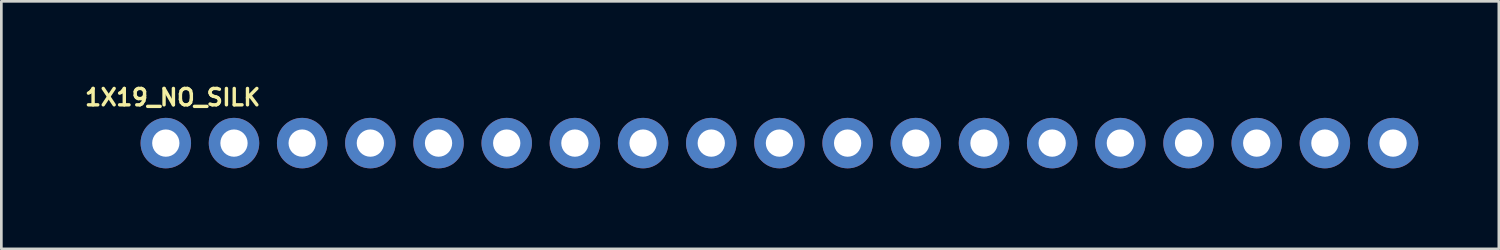
<source format=kicad_pcb>
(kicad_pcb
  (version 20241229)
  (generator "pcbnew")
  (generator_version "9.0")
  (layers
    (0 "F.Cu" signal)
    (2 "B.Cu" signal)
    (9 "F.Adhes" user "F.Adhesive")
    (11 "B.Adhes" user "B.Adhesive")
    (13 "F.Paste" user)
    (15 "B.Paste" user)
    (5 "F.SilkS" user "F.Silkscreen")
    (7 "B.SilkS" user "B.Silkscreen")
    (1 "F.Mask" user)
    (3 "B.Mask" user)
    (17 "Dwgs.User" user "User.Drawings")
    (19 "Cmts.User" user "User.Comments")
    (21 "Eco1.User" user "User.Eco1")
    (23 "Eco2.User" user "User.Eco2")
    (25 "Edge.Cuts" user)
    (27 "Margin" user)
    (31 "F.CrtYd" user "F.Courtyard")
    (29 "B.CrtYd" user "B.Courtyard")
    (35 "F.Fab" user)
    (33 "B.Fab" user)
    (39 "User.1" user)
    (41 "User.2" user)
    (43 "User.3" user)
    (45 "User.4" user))
  (footprint "1X19_NO_SILK"
    (layer "F.Cu")
    (at 3.127 2.281)
    (property "Reference" "1X19_NO_SILK" (at 0.254 -1.702 0) (layer "F.SilkS") (effects (font (size 0.61 0.61) (thickness 0.127))))
    (attr exclude_from_pos_files exclude_from_bom)
    (fp_line (start -0.254 -0.254) (end 0.254 -0.254) (stroke (width 0.066) (type solid)) (layer "Dwgs.User"))
    (fp_line (start -0.254 0.254) (end -0.254 -0.254) (stroke (width 0.066) (type solid)) (layer "Dwgs.User"))
    (fp_line (start -0.254 0.254) (end 0.254 0.254) (stroke (width 0.066) (type solid)) (layer "Dwgs.User"))
    (fp_line (start 0.254 0.254) (end 0.254 -0.254) (stroke (width 0.066) (type solid)) (layer "Dwgs.User"))
    (fp_line (start 2.286 -0.254) (end 2.794 -0.254) (stroke (width 0.066) (type solid)) (layer "Dwgs.User"))
    (fp_line (start 2.286 0.254) (end 2.286 -0.254) (stroke (width 0.066) (type solid)) (layer "Dwgs.User"))
    (fp_line (start 2.286 0.254) (end 2.794 0.254) (stroke (width 0.066) (type solid)) (layer "Dwgs.User"))
    (fp_line (start 2.794 0.254) (end 2.794 -0.254) (stroke (width 0.066) (type solid)) (layer "Dwgs.User"))
    (fp_line (start 4.826 -0.254) (end 5.334 -0.254) (stroke (width 0.066) (type solid)) (layer "Dwgs.User"))
    (fp_line (start 4.826 0.254) (end 4.826 -0.254) (stroke (width 0.066) (type solid)) (layer "Dwgs.User"))
    (fp_line (start 4.826 0.254) (end 5.334 0.254) (stroke (width 0.066) (type solid)) (layer "Dwgs.User"))
    (fp_line (start 5.334 0.254) (end 5.334 -0.254) (stroke (width 0.066) (type solid)) (layer "Dwgs.User"))
    (fp_line (start 7.366 -0.254) (end 7.874 -0.254) (stroke (width 0.066) (type solid)) (layer "Dwgs.User"))
    (fp_line (start 7.366 0.254) (end 7.366 -0.254) (stroke (width 0.066) (type solid)) (layer "Dwgs.User"))
    (fp_line (start 7.366 0.254) (end 7.874 0.254) (stroke (width 0.066) (type solid)) (layer "Dwgs.User"))
    (fp_line (start 7.874 0.254) (end 7.874 -0.254) (stroke (width 0.066) (type solid)) (layer "Dwgs.User"))
    (fp_line (start 9.906 -0.254) (end 10.414 -0.254) (stroke (width 0.066) (type solid)) (layer "Dwgs.User"))
    (fp_line (start 9.906 0.254) (end 9.906 -0.254) (stroke (width 0.066) (type solid)) (layer "Dwgs.User"))
    (fp_line (start 9.906 0.254) (end 10.414 0.254) (stroke (width 0.066) (type solid)) (layer "Dwgs.User"))
    (fp_line (start 10.414 0.254) (end 10.414 -0.254) (stroke (width 0.066) (type solid)) (layer "Dwgs.User"))
    (fp_line (start 12.446 -0.254) (end 12.954 -0.254) (stroke (width 0.066) (type solid)) (layer "Dwgs.User"))
    (fp_line (start 12.446 0.254) (end 12.446 -0.254) (stroke (width 0.066) (type solid)) (layer "Dwgs.User"))
    (fp_line (start 12.446 0.254) (end 12.954 0.254) (stroke (width 0.066) (type solid)) (layer "Dwgs.User"))
    (fp_line (start 12.954 0.254) (end 12.954 -0.254) (stroke (width 0.066) (type solid)) (layer "Dwgs.User"))
    (fp_line (start 14.986 -0.254) (end 15.494 -0.254) (stroke (width 0.066) (type solid)) (layer "Dwgs.User"))
    (fp_line (start 14.986 0.254) (end 14.986 -0.254) (stroke (width 0.066) (type solid)) (layer "Dwgs.User"))
    (fp_line (start 14.986 0.254) (end 15.494 0.254) (stroke (width 0.066) (type solid)) (layer "Dwgs.User"))
    (fp_line (start 15.494 0.254) (end 15.494 -0.254) (stroke (width 0.066) (type solid)) (layer "Dwgs.User"))
    (fp_line (start 17.523 -0.254) (end 18.034 -0.254) (stroke (width 0.066) (type solid)) (layer "Dwgs.User"))
    (fp_line (start 17.523 0.254) (end 17.523 -0.254) (stroke (width 0.066) (type solid)) (layer "Dwgs.User"))
    (fp_line (start 17.523 0.254) (end 18.034 0.254) (stroke (width 0.066) (type solid)) (layer "Dwgs.User"))
    (fp_line (start 18.034 0.254) (end 18.034 -0.254) (stroke (width 0.066) (type solid)) (layer "Dwgs.User"))
    (fp_line (start 20.066 -0.254) (end 20.574 -0.254) (stroke (width 0.066) (type solid)) (layer "Dwgs.User"))
    (fp_line (start 20.066 0.254) (end 20.066 -0.254) (stroke (width 0.066) (type solid)) (layer "Dwgs.User"))
    (fp_line (start 20.066 0.254) (end 20.574 0.254) (stroke (width 0.066) (type solid)) (layer "Dwgs.User"))
    (fp_line (start 20.574 0.254) (end 20.574 -0.254) (stroke (width 0.066) (type solid)) (layer "Dwgs.User"))
    (fp_line (start 22.606 -0.254) (end 23.114 -0.254) (stroke (width 0.066) (type solid)) (layer "Dwgs.User"))
    (fp_line (start 22.606 0.254) (end 22.606 -0.254) (stroke (width 0.066) (type solid)) (layer "Dwgs.User"))
    (fp_line (start 22.606 0.254) (end 23.114 0.254) (stroke (width 0.066) (type solid)) (layer "Dwgs.User"))
    (fp_line (start 23.114 0.254) (end 23.114 -0.254) (stroke (width 0.066) (type solid)) (layer "Dwgs.User"))
    (fp_line (start 25.146 -0.254) (end 25.654 -0.254) (stroke (width 0.066) (type solid)) (layer "Dwgs.User"))
    (fp_line (start 25.146 0.254) (end 25.146 -0.254) (stroke (width 0.066) (type solid)) (layer "Dwgs.User"))
    (fp_line (start 25.146 0.254) (end 25.654 0.254) (stroke (width 0.066) (type solid)) (layer "Dwgs.User"))
    (fp_line (start 25.654 0.254) (end 25.654 -0.254) (stroke (width 0.066) (type solid)) (layer "Dwgs.User"))
    (fp_line (start 27.686 -0.254) (end 28.194 -0.254) (stroke (width 0.066) (type solid)) (layer "Dwgs.User"))
    (fp_line (start 27.686 0.254) (end 27.686 -0.254) (stroke (width 0.066) (type solid)) (layer "Dwgs.User"))
    (fp_line (start 27.686 0.254) (end 28.194 0.254) (stroke (width 0.066) (type solid)) (layer "Dwgs.User"))
    (fp_line (start 28.194 0.254) (end 28.194 -0.254) (stroke (width 0.066) (type solid)) (layer "Dwgs.User"))
    (fp_line (start 30.226 -0.254) (end 30.734 -0.254) (stroke (width 0.066) (type solid)) (layer "Dwgs.User"))
    (fp_line (start 30.226 0.254) (end 30.226 -0.254) (stroke (width 0.066) (type solid)) (layer "Dwgs.User"))
    (fp_line (start 30.226 0.254) (end 30.734 0.254) (stroke (width 0.066) (type solid)) (layer "Dwgs.User"))
    (fp_line (start 30.734 0.254) (end 30.734 -0.254) (stroke (width 0.066) (type solid)) (layer "Dwgs.User"))
    (fp_line (start 32.766 -0.254) (end 33.274 -0.254) (stroke (width 0.066) (type solid)) (layer "Dwgs.User"))
    (fp_line (start 32.766 0.254) (end 32.766 -0.254) (stroke (width 0.066) (type solid)) (layer "Dwgs.User"))
    (fp_line (start 32.766 0.254) (end 33.274 0.254) (stroke (width 0.066) (type solid)) (layer "Dwgs.User"))
    (fp_line (start 33.274 0.254) (end 33.274 -0.254) (stroke (width 0.066) (type solid)) (layer "Dwgs.User"))
    (fp_line (start 35.303 -0.254) (end 35.814 -0.254) (stroke (width 0.066) (type solid)) (layer "Dwgs.User"))
    (fp_line (start 35.303 0.254) (end 35.303 -0.254) (stroke (width 0.066) (type solid)) (layer "Dwgs.User"))
    (fp_line (start 35.303 0.254) (end 35.814 0.254) (stroke (width 0.066) (type solid)) (layer "Dwgs.User"))
    (fp_line (start 35.814 0.254) (end 35.814 -0.254) (stroke (width 0.066) (type solid)) (layer "Dwgs.User"))
    (fp_line (start 37.846 -0.254) (end 38.354 -0.254) (stroke (width 0.066) (type solid)) (layer "Dwgs.User"))
    (fp_line (start 37.846 0.254) (end 37.846 -0.254) (stroke (width 0.066) (type solid)) (layer "Dwgs.User"))
    (fp_line (start 37.846 0.254) (end 38.354 0.254) (stroke (width 0.066) (type solid)) (layer "Dwgs.User"))
    (fp_line (start 38.354 0.254) (end 38.354 -0.254) (stroke (width 0.066) (type solid)) (layer "Dwgs.User"))
    (fp_line (start 40.386 -0.254) (end 40.894 -0.254) (stroke (width 0.066) (type solid)) (layer "Dwgs.User"))
    (fp_line (start 40.386 0.254) (end 40.386 -0.254) (stroke (width 0.066) (type solid)) (layer "Dwgs.User"))
    (fp_line (start 40.386 0.254) (end 40.894 0.254) (stroke (width 0.066) (type solid)) (layer "Dwgs.User"))
    (fp_line (start 40.894 0.254) (end 40.894 -0.254) (stroke (width 0.066) (type solid)) (layer "Dwgs.User"))
    (fp_line (start 42.926 -0.254) (end 43.434 -0.254) (stroke (width 0.066) (type solid)) (layer "Dwgs.User"))
    (fp_line (start 42.926 0.254) (end 42.926 -0.254) (stroke (width 0.066) (type solid)) (layer "Dwgs.User"))
    (fp_line (start 42.926 0.254) (end 43.434 0.254) (stroke (width 0.066) (type solid)) (layer "Dwgs.User"))
    (fp_line (start 43.434 0.254) (end 43.434 -0.254) (stroke (width 0.066) (type solid)) (layer "Dwgs.User"))
    (fp_line (start 45.466 -0.254) (end 45.974 -0.254) (stroke (width 0.066) (type solid)) (layer "Dwgs.User"))
    (fp_line (start 45.466 0.254) (end 45.466 -0.254) (stroke (width 0.066) (type solid)) (layer "Dwgs.User"))
    (fp_line (start 45.466 0.254) (end 45.974 0.254) (stroke (width 0.066) (type solid)) (layer "Dwgs.User"))
    (fp_line (start 45.974 0.254) (end 45.974 -0.254) (stroke (width 0.066) (type solid)) (layer "Dwgs.User"))
    (pad "1" thru_hole circle (at 0 0) (size 1.88 1.88) (drill 1.016) (layers "*.Cu" "*.Paste" "*.Mask"))
    (pad "2" thru_hole circle (at 2.54 0) (size 1.88 1.88) (drill 1.016) (layers "*.Cu" "*.Paste" "*.Mask"))
    (pad "3" thru_hole circle (at 5.08 0) (size 1.88 1.88) (drill 1.016) (layers "*.Cu" "*.Paste" "*.Mask"))
    (pad "4" thru_hole circle (at 7.62 0) (size 1.88 1.88) (drill 1.016) (layers "*.Cu" "*.Paste" "*.Mask"))
    (pad "5" thru_hole circle (at 10.16 0) (size 1.88 1.88) (drill 1.016) (layers "*.Cu" "*.Paste" "*.Mask"))
    (pad "6" thru_hole circle (at 12.7 0) (size 1.88 1.88) (drill 1.016) (layers "*.Cu" "*.Paste" "*.Mask"))
    (pad "7" thru_hole circle (at 15.24 0) (size 1.88 1.88) (drill 1.016) (layers "*.Cu" "*.Paste" "*.Mask"))
    (pad "8" thru_hole circle (at 17.78 0) (size 1.88 1.88) (drill 1.016) (layers "*.Cu" "*.Paste" "*.Mask"))
    (pad "9" thru_hole circle (at 20.32 0) (size 1.88 1.88) (drill 1.016) (layers "*.Cu" "*.Paste" "*.Mask"))
    (pad "10" thru_hole circle (at 22.86 0) (size 1.88 1.88) (drill 1.016) (layers "*.Cu" "*.Paste" "*.Mask"))
    (pad "11" thru_hole circle (at 25.4 0) (size 1.88 1.88) (drill 1.016) (layers "*.Cu" "*.Paste" "*.Mask"))
    (pad "12" thru_hole circle (at 27.94 0) (size 1.88 1.88) (drill 1.016) (layers "*.Cu" "*.Paste" "*.Mask"))
    (pad "13" thru_hole circle (at 30.48 0) (size 1.88 1.88) (drill 1.016) (layers "*.Cu" "*.Paste" "*.Mask"))
    (pad "14" thru_hole circle (at 33.02 0) (size 1.88 1.88) (drill 1.016) (layers "*.Cu" "*.Paste" "*.Mask"))
    (pad "15" thru_hole circle (at 35.56 0) (size 1.88 1.88) (drill 1.016) (layers "*.Cu" "*.Paste" "*.Mask"))
    (pad "16" thru_hole circle (at 38.1 0) (size 1.88 1.88) (drill 1.016) (layers "*.Cu" "*.Paste" "*.Mask"))
    (pad "17" thru_hole circle (at 40.64 0) (size 1.88 1.88) (drill 1.016) (layers "*.Cu" "*.Paste" "*.Mask"))
    (pad "18" thru_hole circle (at 43.18 0) (size 1.88 1.88) (drill 1.016) (layers "*.Cu" "*.Paste" "*.Mask"))
    (pad "19" thru_hole circle (at 45.72 0) (size 1.88 1.88) (drill 1.016) (layers "*.Cu" "*.Paste" "*.Mask")))
  (gr_rect
    (start -3 -3)
    (end 52.787 6.221)
    (stroke (width 0.1) (type default))
    (fill no)
    (layer "Edge.Cuts")))
</source>
